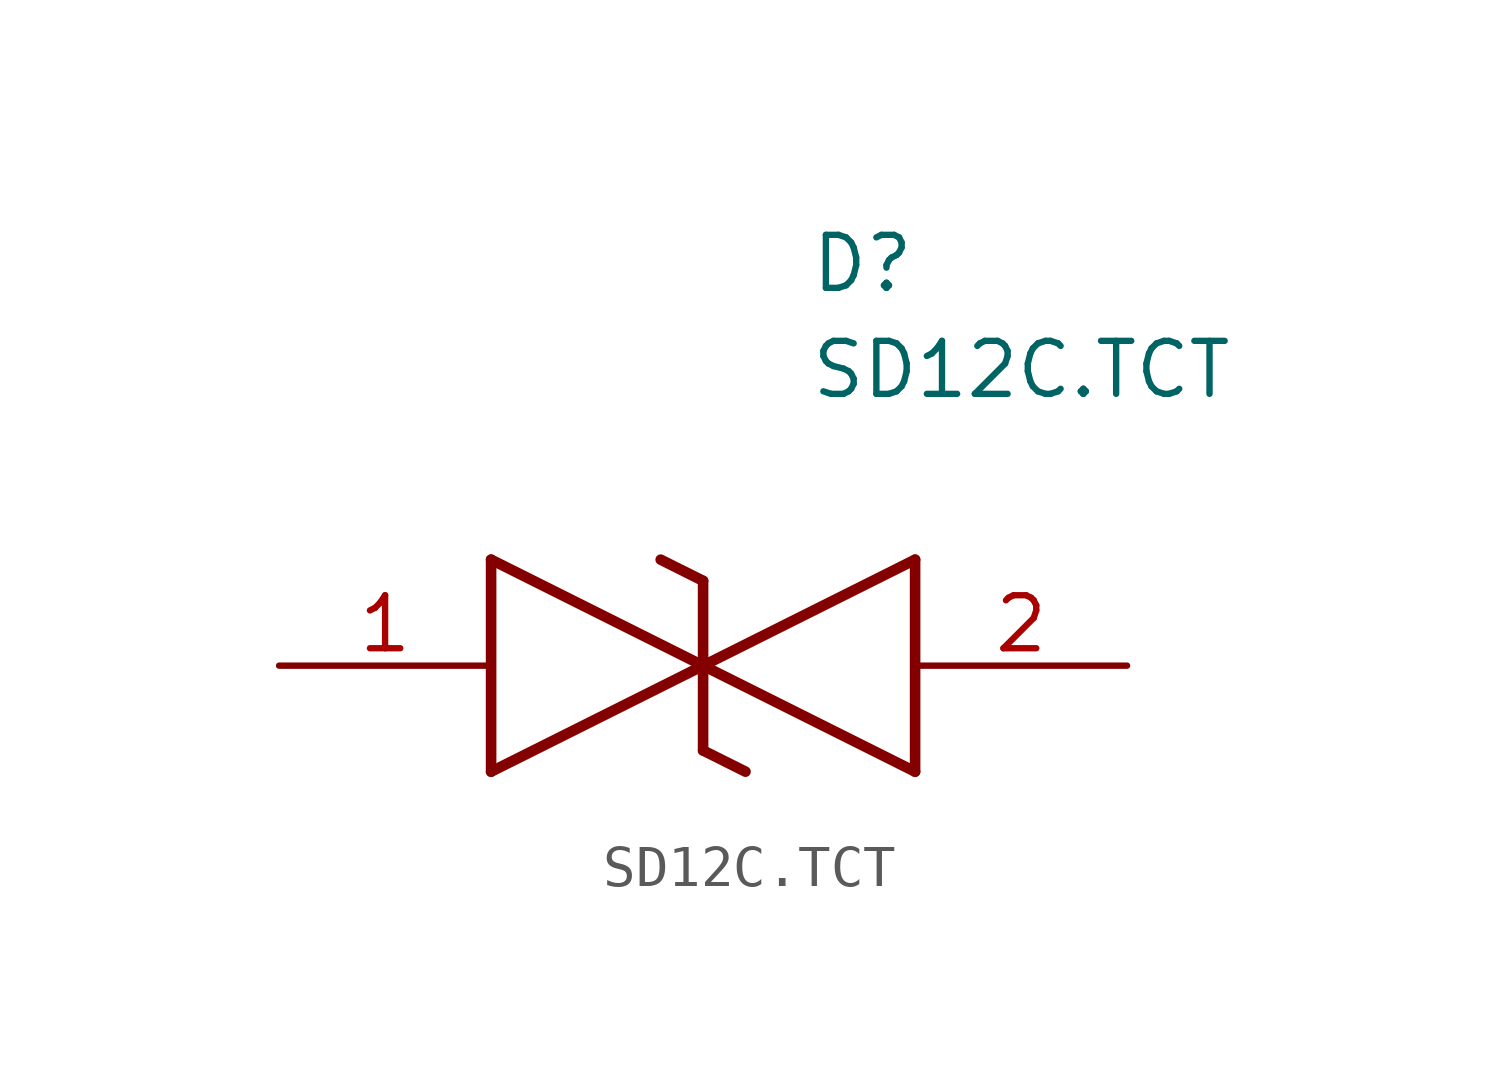
<source format=kicad_sym>
(kicad_symbol_lib
  (version 20211014)
  (generator SamacSys_ECAD_Model)
  (symbol "SD12C.TCT"
    (pin_names hide)
    (property "Reference" "D"
      (at 12.7 8.89 0)
      (effects (font (size 1.27 1.27)) (justify left bottom)))
    (property "Value" "SD12C.TCT"
      (at 12.7 6.35 0)
      (effects (font (size 1.27 1.27)) (justify left bottom)))
    (polyline
      (pts (xy 10.16 0) (xy 5.08 -2.54))
      (stroke (width 0.254) (type default))
      (fill (type none)))
    (polyline
      (pts (xy 5.08 2.54) (xy 5.08 -2.54))
      (stroke (width 0.254) (type default))
      (fill (type none)))
    (polyline
      (pts (xy 5.08 2.54) (xy 10.16 0))
      (stroke (width 0.254) (type default))
      (fill (type none)))
    (polyline
      (pts (xy 10.16 0) (xy 15.24 -2.54))
      (stroke (width 0.254) (type default))
      (fill (type none)))
    (polyline
      (pts (xy 15.24 2.54) (xy 15.24 -2.54))
      (stroke (width 0.254) (type default))
      (fill (type none)))
    (polyline
      (pts (xy 15.24 2.54) (xy 10.16 0))
      (stroke (width 0.254) (type default))
      (fill (type none)))
    (polyline
      (pts (xy 10.16 -2.032) (xy 10.16 2.032))
      (stroke (width 0.254) (type default))
      (fill (type none)))
    (polyline
      (pts (xy 9.144 2.54) (xy 10.16 2.032))
      (stroke (width 0.254) (type default))
      (fill (type none)))
    (polyline
      (pts (xy 10.16 -2.032) (xy 11.176 -2.54))
      (stroke (width 0.254) (type default))
      (fill (type none)))
    (pin passive line
      (at 0 0 0)
      (length 5.08)
      (name "1" (effects (font (size 1.27 1.27))))
      (number "1" (effects (font (size 1.27 1.27)))))
    (pin passive line
      (at 20.32 0 180)
      (length 5.08)
      (name "2" (effects (font (size 1.27 1.27))))
      (number "2" (effects (font (size 1.27 1.27)))))))
</source>
